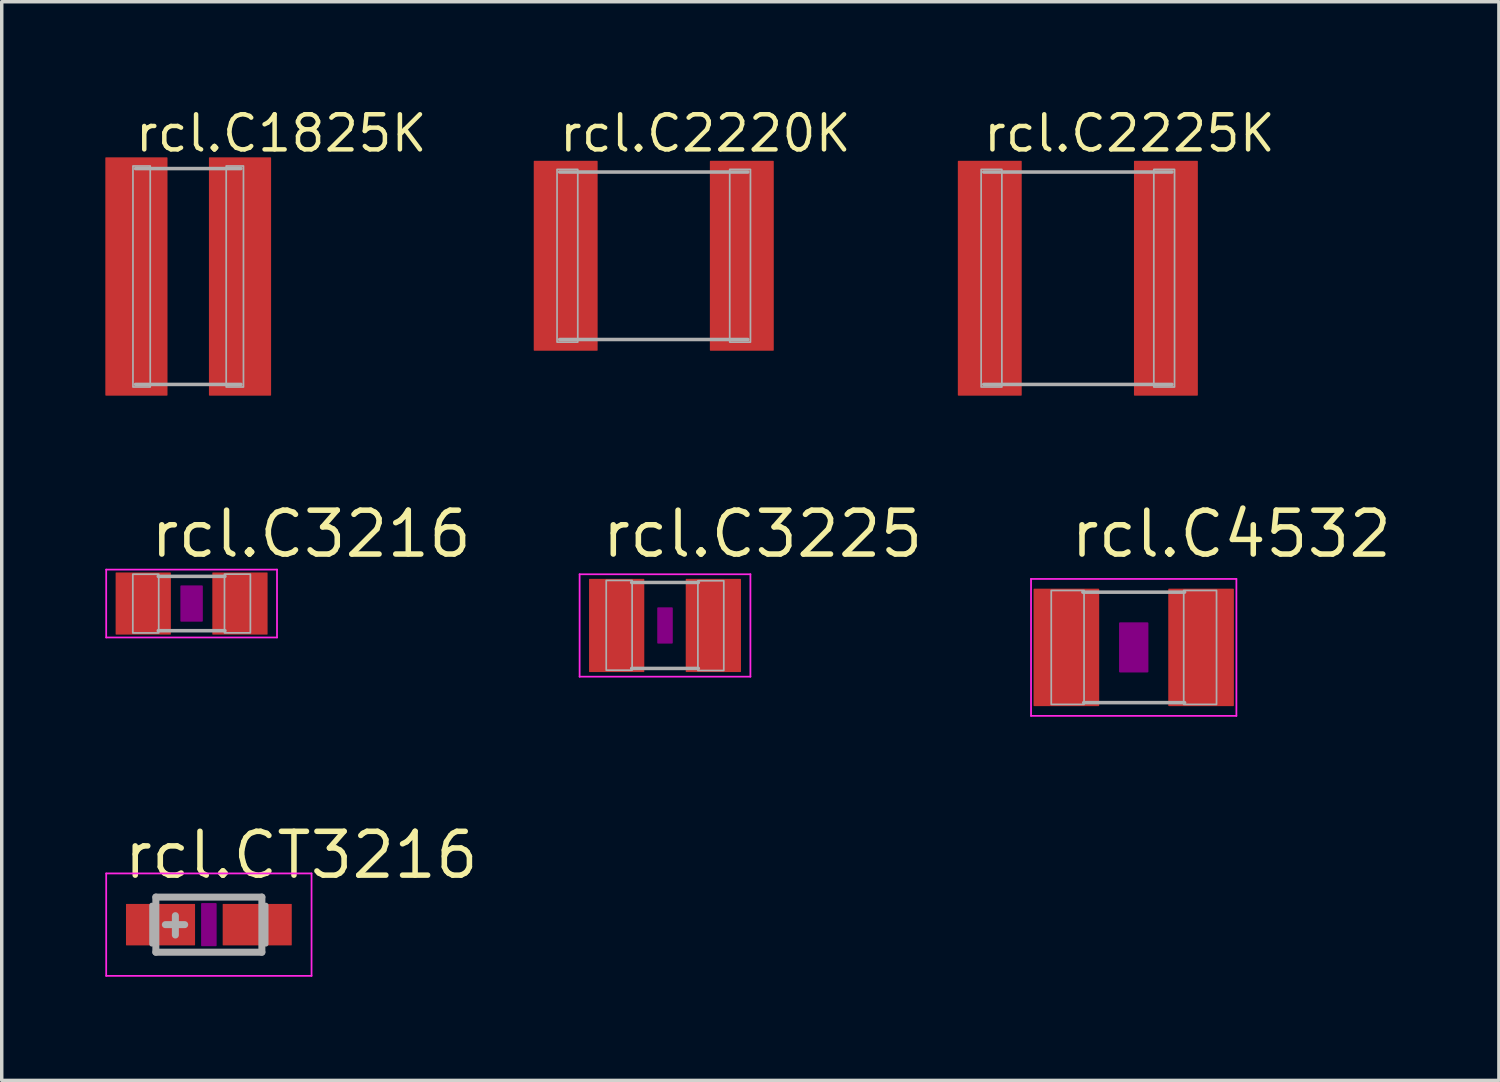
<source format=kicad_pcb>
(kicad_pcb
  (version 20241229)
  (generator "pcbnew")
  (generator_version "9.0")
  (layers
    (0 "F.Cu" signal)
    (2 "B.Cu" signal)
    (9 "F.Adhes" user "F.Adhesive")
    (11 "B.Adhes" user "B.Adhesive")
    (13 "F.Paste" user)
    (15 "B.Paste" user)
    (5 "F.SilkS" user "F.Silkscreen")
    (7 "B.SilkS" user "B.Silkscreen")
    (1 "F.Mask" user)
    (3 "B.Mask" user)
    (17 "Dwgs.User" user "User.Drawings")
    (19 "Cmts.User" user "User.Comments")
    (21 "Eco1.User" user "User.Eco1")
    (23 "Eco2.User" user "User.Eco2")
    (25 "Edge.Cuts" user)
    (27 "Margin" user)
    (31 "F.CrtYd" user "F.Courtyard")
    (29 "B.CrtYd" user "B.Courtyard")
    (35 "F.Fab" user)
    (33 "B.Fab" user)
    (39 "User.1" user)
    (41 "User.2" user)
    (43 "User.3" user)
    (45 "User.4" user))
  (footprint "rcl.C2225K"
    (layer "F.Cu")
    (at 28.16 5.006)
    (property "Reference" "rcl.C2225K" (at -2.8 -3.6 0) (layer "F.SilkS") (effects (font (size 1.016 1.016) (thickness 0.13)) (justify left bottom)))
    (attr smd)
    (fp_line (start -2.725 -3.075) (end 2.725 -3.075) (stroke (width 0.102) (type default)) (layer "F.Fab"))
    (fp_line (start 2.725 3.075) (end -2.725 3.075) (stroke (width 0.102) (type default)) (layer "F.Fab"))
    (fp_rect (start -2.8 3.15) (end -2.2 -3.15) (stroke (width 0.05) (type default)) (fill no) (layer "F.Fab"))
    (fp_rect (start 2.2 3.15) (end 2.8 -3.15) (stroke (width 0.05) (type default)) (fill no) (layer "F.Fab"))
    (pad "1" smd roundrect (at -2.55 0) (size 1.85 6.8) (layers "F.Cu" "F.Mask" "F.Paste") (roundrect_rratio 0.01))
    (pad "2" smd roundrect (at 2.55 0) (size 1.85 6.8) (layers "F.Cu" "F.Mask" "F.Paste") (roundrect_rratio 0.01)))
  (footprint "rcl.C1825K"
    (layer "F.Cu")
    (at 2.4 4.956)
    (property "Reference" "rcl.C1825K" (at -1.6 -3.55 0) (layer "F.SilkS") (effects (font (size 1.016 1.016) (thickness 0.13)) (justify left bottom)))
    (attr smd)
    (fp_line (start -1.525 -3.125) (end 1.525 -3.125) (stroke (width 0.102) (type default)) (layer "F.Fab"))
    (fp_line (start 1.525 3.125) (end -1.525 3.125) (stroke (width 0.102) (type default)) (layer "F.Fab"))
    (fp_rect (start -1.6 3.2) (end -1.1 -3.2) (stroke (width 0.05) (type default)) (fill no) (layer "F.Fab"))
    (fp_rect (start 1.1 3.2) (end 1.6 -3.2) (stroke (width 0.05) (type default)) (fill no) (layer "F.Fab"))
    (pad "1" smd roundrect (at -1.5 0) (size 1.8 6.9) (layers "F.Cu" "F.Mask" "F.Paste") (roundrect_rratio 0.01))
    (pad "2" smd roundrect (at 1.5 0) (size 1.8 6.9) (layers "F.Cu" "F.Mask" "F.Paste") (roundrect_rratio 0.01)))
  (footprint "rcl.CT3216"
    (layer "F.Cu")
    (at 2.998 23.724)
    (property "Reference" "rcl.CT3216" (at -2.54 -1.27 0) (layer "F.SilkS") (effects (font (size 1.27 1.27) (thickness 0.16)) (justify left bottom)))
    (attr smd)
    (fp_rect (start -0.2 0.6) (end 0.2 -0.6) (stroke (width 0.05) (type default)) (fill yes) (layer "F.Adhes"))
    (fp_line (start -2.973 -1.483) (end 2.973 -1.483) (stroke (width 0.051) (type default)) (layer "F.CrtYd"))
    (fp_line (start -2.973 1.483) (end -2.973 -1.483) (stroke (width 0.051) (type default)) (layer "F.CrtYd"))
    (fp_line (start 2.973 -1.483) (end 2.973 1.483) (stroke (width 0.051) (type default)) (layer "F.CrtYd"))
    (fp_line (start 2.973 1.483) (end -2.973 1.483) (stroke (width 0.051) (type default)) (layer "F.CrtYd"))
    (fp_line (start -1.651 -0.559) (end -1.651 0.559) (stroke (width 0.152) (type default)) (layer "F.Fab"))
    (fp_line (start -1.535 -0.798) (end -1.535 0.798) (stroke (width 0.203) (type default)) (layer "F.Fab"))
    (fp_line (start -1.535 0.798) (end 1.535 0.798) (stroke (width 0.203) (type default)) (layer "F.Fab"))
    (fp_line (start -0.97 -0.26) (end -0.97 0.3) (stroke (width 0.203) (type default)) (layer "F.Fab"))
    (fp_line (start -0.7 0) (end -1.26 0) (stroke (width 0.203) (type default)) (layer "F.Fab"))
    (fp_line (start 1.535 -0.798) (end -1.535 -0.798) (stroke (width 0.203) (type default)) (layer "F.Fab"))
    (fp_line (start 1.535 0.798) (end 1.535 -0.798) (stroke (width 0.203) (type default)) (layer "F.Fab"))
    (fp_line (start 1.651 -0.559) (end 1.651 0.559) (stroke (width 0.152) (type default)) (layer "F.Fab"))
    (pad "+" smd roundrect (at -1.4 0) (size 2 1.2) (layers "F.Cu" "F.Mask" "F.Paste") (roundrect_rratio 0.01))
    (pad "-" smd roundrect (at 1.4 0) (size 2 1.2) (layers "F.Cu" "F.Mask" "F.Paste") (roundrect_rratio 0.01)))
  (footprint "rcl.C4532"
    (layer "F.Cu")
    (at 29.778 15.696)
    (property "Reference" "rcl.C4532" (at -1.905 -2.54 0) (layer "F.SilkS") (effects (font (size 1.27 1.27) (thickness 0.16)) (justify left bottom)))
    (attr smd)
    (fp_rect (start -0.4 0.7) (end 0.4 -0.7) (stroke (width 0.05) (type default)) (fill yes) (layer "F.Adhes"))
    (fp_line (start -2.973 -1.983) (end 2.973 -1.983) (stroke (width 0.051) (type default)) (layer "F.CrtYd"))
    (fp_line (start -2.973 1.983) (end -2.973 -1.983) (stroke (width 0.051) (type default)) (layer "F.CrtYd"))
    (fp_line (start 2.973 -1.983) (end 2.973 1.983) (stroke (width 0.051) (type default)) (layer "F.CrtYd"))
    (fp_line (start 2.973 1.983) (end -2.973 1.983) (stroke (width 0.051) (type default)) (layer "F.CrtYd"))
    (fp_line (start -1.473 -1.6) (end 1.473 -1.6) (stroke (width 0.102) (type default)) (layer "F.Fab"))
    (fp_line (start -1.448 1.6) (end 1.473 1.6) (stroke (width 0.102) (type default)) (layer "F.Fab"))
    (fp_rect (start -2.388 1.651) (end -1.438 -1.649) (stroke (width 0.05) (type default)) (fill no) (layer "F.Fab"))
    (fp_rect (start 1.448 1.651) (end 2.398 -1.649) (stroke (width 0.05) (type default)) (fill no) (layer "F.Fab"))
    (pad "1" smd roundrect (at -1.95 0) (size 1.9 3.4) (layers "F.Cu" "F.Mask" "F.Paste") (roundrect_rratio 0.01))
    (pad "2" smd roundrect (at 1.95 0) (size 1.9 3.4) (layers "F.Cu" "F.Mask" "F.Paste") (roundrect_rratio 0.01)))
  (footprint "rcl.C2220K"
    (layer "F.Cu")
    (at 15.88 4.356)
    (property "Reference" "rcl.C2220K" (at -2.8 -2.95 0) (layer "F.SilkS") (effects (font (size 1.016 1.016) (thickness 0.13)) (justify left bottom)))
    (attr smd)
    (fp_line (start -2.725 -2.425) (end 2.725 -2.425) (stroke (width 0.102) (type default)) (layer "F.Fab"))
    (fp_line (start 2.725 2.425) (end -2.725 2.425) (stroke (width 0.102) (type default)) (layer "F.Fab"))
    (fp_rect (start -2.8 2.5) (end -2.2 -2.5) (stroke (width 0.05) (type default)) (fill no) (layer "F.Fab"))
    (fp_rect (start 2.2 2.5) (end 2.8 -2.5) (stroke (width 0.05) (type default)) (fill no) (layer "F.Fab"))
    (pad "1" smd roundrect (at -2.55 0) (size 1.85 5.5) (layers "F.Cu" "F.Mask" "F.Paste") (roundrect_rratio 0.01))
    (pad "2" smd roundrect (at 2.55 0) (size 1.85 5.5) (layers "F.Cu" "F.Mask" "F.Paste") (roundrect_rratio 0.01)))
  (footprint "rcl.C3216"
    (layer "F.Cu")
    (at 2.498 14.426)
    (property "Reference" "rcl.C3216" (at -1.27 -1.27 0) (layer "F.SilkS") (effects (font (size 1.27 1.27) (thickness 0.16)) (justify left bottom)))
    (attr smd)
    (fp_rect (start -0.3 0.5) (end 0.3 -0.5) (stroke (width 0.05) (type default)) (fill yes) (layer "F.Adhes"))
    (fp_line (start -2.473 -0.983) (end 2.473 -0.983) (stroke (width 0.051) (type default)) (layer "F.CrtYd"))
    (fp_line (start -2.473 0.983) (end -2.473 -0.983) (stroke (width 0.051) (type default)) (layer "F.CrtYd"))
    (fp_line (start 2.473 -0.983) (end 2.473 0.983) (stroke (width 0.051) (type default)) (layer "F.CrtYd"))
    (fp_line (start 2.473 0.983) (end -2.473 0.983) (stroke (width 0.051) (type default)) (layer "F.CrtYd"))
    (fp_line (start -0.965 -0.787) (end 0.965 -0.787) (stroke (width 0.102) (type default)) (layer "F.Fab"))
    (fp_line (start -0.965 0.787) (end 0.965 0.787) (stroke (width 0.102) (type default)) (layer "F.Fab"))
    (fp_rect (start -1.702 0.851) (end -0.952 -0.849) (stroke (width 0.05) (type default)) (fill no) (layer "F.Fab"))
    (fp_rect (start 0.952 0.849) (end 1.702 -0.851) (stroke (width 0.05) (type default)) (fill no) (layer "F.Fab"))
    (pad "1" smd roundrect (at -1.4 0) (size 1.6 1.8) (layers "F.Cu" "F.Mask" "F.Paste") (roundrect_rratio 0.01))
    (pad "2" smd roundrect (at 1.4 0) (size 1.6 1.8) (layers "F.Cu" "F.Mask" "F.Paste") (roundrect_rratio 0.01)))
  (footprint "rcl.C3225"
    (layer "F.Cu")
    (at 16.206 15.061)
    (property "Reference" "rcl.C3225" (at -1.905 -1.905 0) (layer "F.SilkS") (effects (font (size 1.27 1.27) (thickness 0.16)) (justify left bottom)))
    (attr smd)
    (fp_rect (start -0.2 0.5) (end 0.2 -0.5) (stroke (width 0.05) (type default)) (fill yes) (layer "F.Adhes"))
    (fp_line (start -2.473 -1.483) (end 2.473 -1.483) (stroke (width 0.051) (type default)) (layer "F.CrtYd"))
    (fp_line (start -2.473 1.483) (end -2.473 -1.483) (stroke (width 0.051) (type default)) (layer "F.CrtYd"))
    (fp_line (start 2.473 -1.483) (end 2.473 1.483) (stroke (width 0.051) (type default)) (layer "F.CrtYd"))
    (fp_line (start 2.473 1.483) (end -2.473 1.483) (stroke (width 0.051) (type default)) (layer "F.CrtYd"))
    (fp_line (start -0.965 -1.245) (end 0.965 -1.245) (stroke (width 0.102) (type default)) (layer "F.Fab"))
    (fp_line (start -0.965 1.245) (end 0.965 1.245) (stroke (width 0.102) (type default)) (layer "F.Fab"))
    (fp_rect (start -1.702 1.295) (end -0.952 -1.304) (stroke (width 0.05) (type default)) (fill no) (layer "F.Fab"))
    (fp_rect (start 0.952 1.304) (end 1.702 -1.295) (stroke (width 0.05) (type default)) (fill no) (layer "F.Fab"))
    (pad "1" smd roundrect (at -1.4 0) (size 1.6 2.7) (layers "F.Cu" "F.Mask" "F.Paste") (roundrect_rratio 0.01))
    (pad "2" smd roundrect (at 1.4 0) (size 1.6 2.7) (layers "F.Cu" "F.Mask" "F.Paste") (roundrect_rratio 0.01)))
  (gr_rect
    (start -3 -3)
    (end 40.352 28.233)
    (stroke (width 0.1) (type default))
    (fill no)
    (layer "Edge.Cuts")))
</source>
